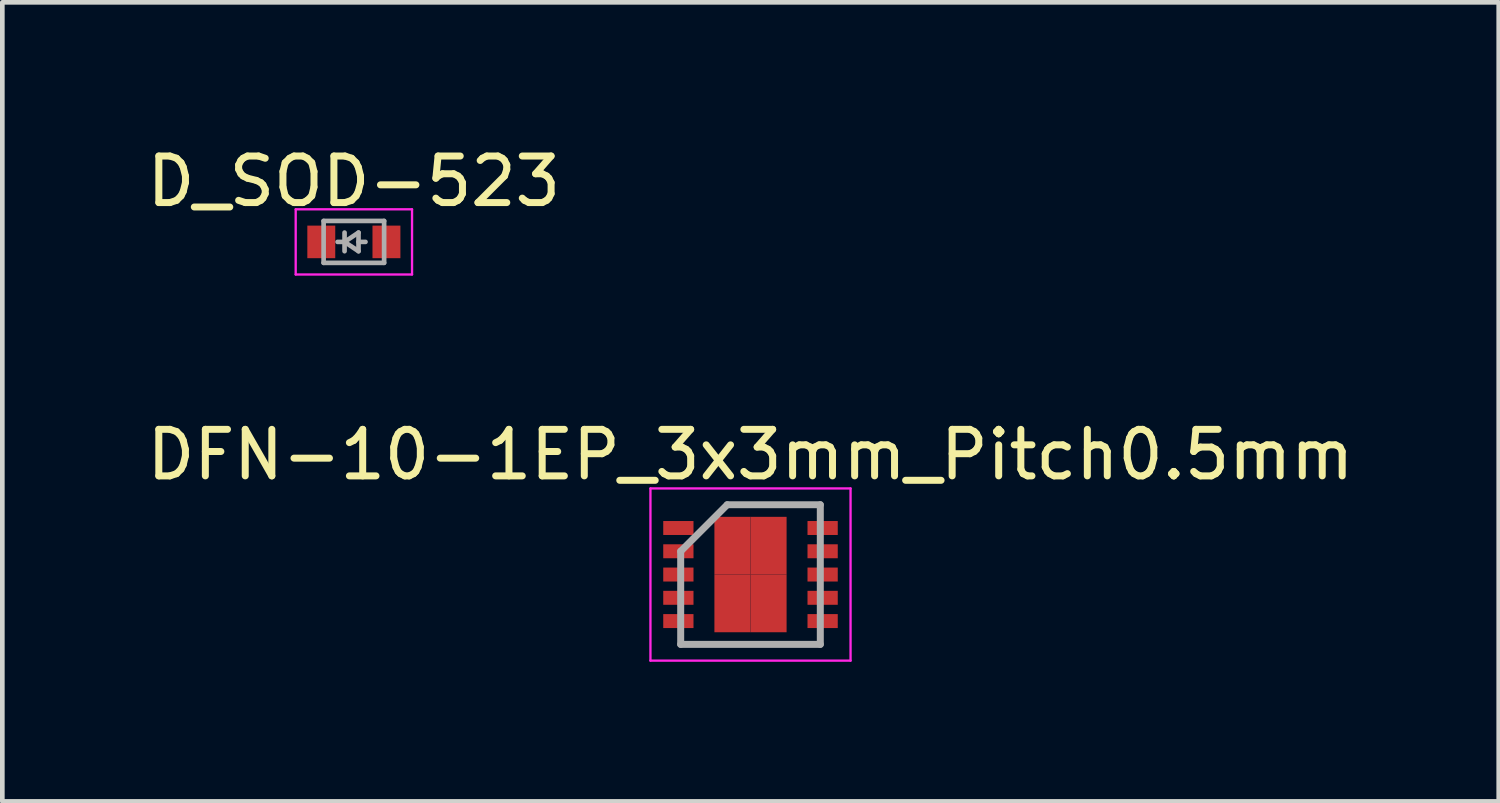
<source format=kicad_pcb>
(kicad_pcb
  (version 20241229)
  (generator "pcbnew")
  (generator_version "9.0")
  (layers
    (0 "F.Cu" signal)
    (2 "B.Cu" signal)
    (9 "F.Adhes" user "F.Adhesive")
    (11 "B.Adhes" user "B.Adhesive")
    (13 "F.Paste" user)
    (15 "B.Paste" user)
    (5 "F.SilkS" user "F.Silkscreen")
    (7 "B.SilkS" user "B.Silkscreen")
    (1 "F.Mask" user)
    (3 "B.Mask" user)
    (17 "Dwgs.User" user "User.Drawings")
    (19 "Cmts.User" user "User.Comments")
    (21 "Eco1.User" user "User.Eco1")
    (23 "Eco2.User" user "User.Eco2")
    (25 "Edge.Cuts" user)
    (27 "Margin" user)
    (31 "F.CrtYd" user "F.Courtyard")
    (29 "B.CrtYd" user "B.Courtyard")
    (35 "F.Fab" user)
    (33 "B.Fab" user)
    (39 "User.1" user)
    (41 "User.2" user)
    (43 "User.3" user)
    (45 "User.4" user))
  (footprint "DFN-10-1EP_3x3mm_Pitch0.5mm"
    (layer "F.Cu")
    (at 13.077 9.296)
    (property "Reference" "DFN-10-1EP_3x3mm_Pitch0.5mm" (at 0 -2.575 0) (layer "F.SilkS") (effects (font (size 1 1) (thickness 0.15))))
    (attr smd)
    (fp_line (start -2.15 -1.85) (end -2.15 1.85) (stroke (width 0.05) (type solid)) (layer "F.CrtYd"))
    (fp_line (start -2.15 -1.85) (end 2.15 -1.85) (stroke (width 0.05) (type solid)) (layer "F.CrtYd"))
    (fp_line (start -2.15 1.85) (end 2.15 1.85) (stroke (width 0.05) (type solid)) (layer "F.CrtYd"))
    (fp_line (start 2.15 -1.85) (end 2.15 1.85) (stroke (width 0.05) (type solid)) (layer "F.CrtYd"))
    (fp_line (start -1.5 -0.5) (end -0.5 -1.5) (stroke (width 0.15) (type solid)) (layer "F.Fab"))
    (fp_line (start -1.5 1.5) (end -1.5 -0.5) (stroke (width 0.15) (type solid)) (layer "F.Fab"))
    (fp_line (start -0.5 -1.5) (end 1.5 -1.5) (stroke (width 0.15) (type solid)) (layer "F.Fab"))
    (fp_line (start 1.5 -1.5) (end 1.5 1.5) (stroke (width 0.15) (type solid)) (layer "F.Fab"))
    (fp_line (start 1.5 1.5) (end -1.5 1.5) (stroke (width 0.15) (type solid)) (layer "F.Fab"))
    (pad "1" smd rect (at -1.55 -1) (size 0.65 0.3) (layers "F.Cu" "F.Mask" "F.Paste"))
    (pad "2" smd rect (at -1.55 -0.5) (size 0.65 0.3) (layers "F.Cu" "F.Mask" "F.Paste"))
    (pad "3" smd rect (at -1.55 0) (size 0.65 0.3) (layers "F.Cu" "F.Mask" "F.Paste"))
    (pad "4" smd rect (at -1.55 0.5) (size 0.65 0.3) (layers "F.Cu" "F.Mask" "F.Paste"))
    (pad "5" smd rect (at -1.55 1) (size 0.65 0.3) (layers "F.Cu" "F.Mask" "F.Paste"))
    (pad "6" smd rect (at 1.55 1) (size 0.65 0.3) (layers "F.Cu" "F.Mask" "F.Paste"))
    (pad "7" smd rect (at 1.55 0.5) (size 0.65 0.3) (layers "F.Cu" "F.Mask" "F.Paste"))
    (pad "8" smd rect (at 1.55 0) (size 0.65 0.3) (layers "F.Cu" "F.Mask" "F.Paste"))
    (pad "9" smd rect (at 1.55 -0.5) (size 0.65 0.3) (layers "F.Cu" "F.Mask" "F.Paste"))
    (pad "10" smd rect (at 1.55 -1) (size 0.65 0.3) (layers "F.Cu" "F.Mask" "F.Paste"))
    (pad "11" smd rect (at -0.388 -0.62) (size 0.775 1.24) (layers "F.Cu" "F.Mask" "F.Paste"))
    (pad "11" smd rect (at -0.388 0.62) (size 0.775 1.24) (layers "F.Cu" "F.Mask" "F.Paste"))
    (pad "11" smd rect (at 0.388 -0.62) (size 0.775 1.24) (layers "F.Cu" "F.Mask" "F.Paste"))
    (pad "11" smd rect (at 0.388 0.62) (size 0.775 1.24) (layers "F.Cu" "F.Mask" "F.Paste")))
  (footprint "D_SOD-523"
    (layer "F.Cu")
    (at 4.554 2.148)
    (property "Reference" "D_SOD-523" (at 0 -1.3 0) (layer "F.SilkS") (effects (font (size 1 1) (thickness 0.15))))
    (attr smd)
    (fp_line (start -1.25 -0.7) (end 1.25 -0.7) (stroke (width 0.05) (type solid)) (layer "F.CrtYd"))
    (fp_line (start -1.25 0.7) (end -1.25 -0.7) (stroke (width 0.05) (type solid)) (layer "F.CrtYd"))
    (fp_line (start 1.25 -0.7) (end 1.25 0.7) (stroke (width 0.05) (type solid)) (layer "F.CrtYd"))
    (fp_line (start 1.25 0.7) (end -1.25 0.7) (stroke (width 0.05) (type solid)) (layer "F.CrtYd"))
    (fp_line (start -0.65 -0.45) (end 0.65 -0.45) (stroke (width 0.1) (type solid)) (layer "F.Fab"))
    (fp_line (start -0.65 0.45) (end -0.65 -0.45) (stroke (width 0.1) (type solid)) (layer "F.Fab"))
    (fp_line (start -0.2 0) (end -0.35 0) (stroke (width 0.1) (type solid)) (layer "F.Fab"))
    (fp_line (start -0.2 0) (end 0.1 0.2) (stroke (width 0.1) (type solid)) (layer "F.Fab"))
    (fp_line (start -0.2 0.2) (end -0.2 -0.2) (stroke (width 0.1) (type solid)) (layer "F.Fab"))
    (fp_line (start 0.1 -0.2) (end -0.2 0) (stroke (width 0.1) (type solid)) (layer "F.Fab"))
    (fp_line (start 0.1 0) (end 0.25 0) (stroke (width 0.1) (type solid)) (layer "F.Fab"))
    (fp_line (start 0.1 0.2) (end 0.1 -0.2) (stroke (width 0.1) (type solid)) (layer "F.Fab"))
    (fp_line (start 0.65 -0.45) (end 0.65 0.45) (stroke (width 0.1) (type solid)) (layer "F.Fab"))
    (fp_line (start 0.65 0.45) (end -0.65 0.45) (stroke (width 0.1) (type solid)) (layer "F.Fab"))
    (pad "1" smd rect (at -0.7 0 180) (size 0.6 0.7) (layers "F.Cu" "F.Mask" "F.Paste"))
    (pad "2" smd rect (at 0.7 0 180) (size 0.6 0.7) (layers "F.Cu" "F.Mask" "F.Paste")))
  (gr_rect
    (start -3 -3)
    (end 29.155 14.171)
    (stroke (width 0.1) (type default))
    (fill no)
    (layer "Edge.Cuts")))
</source>
